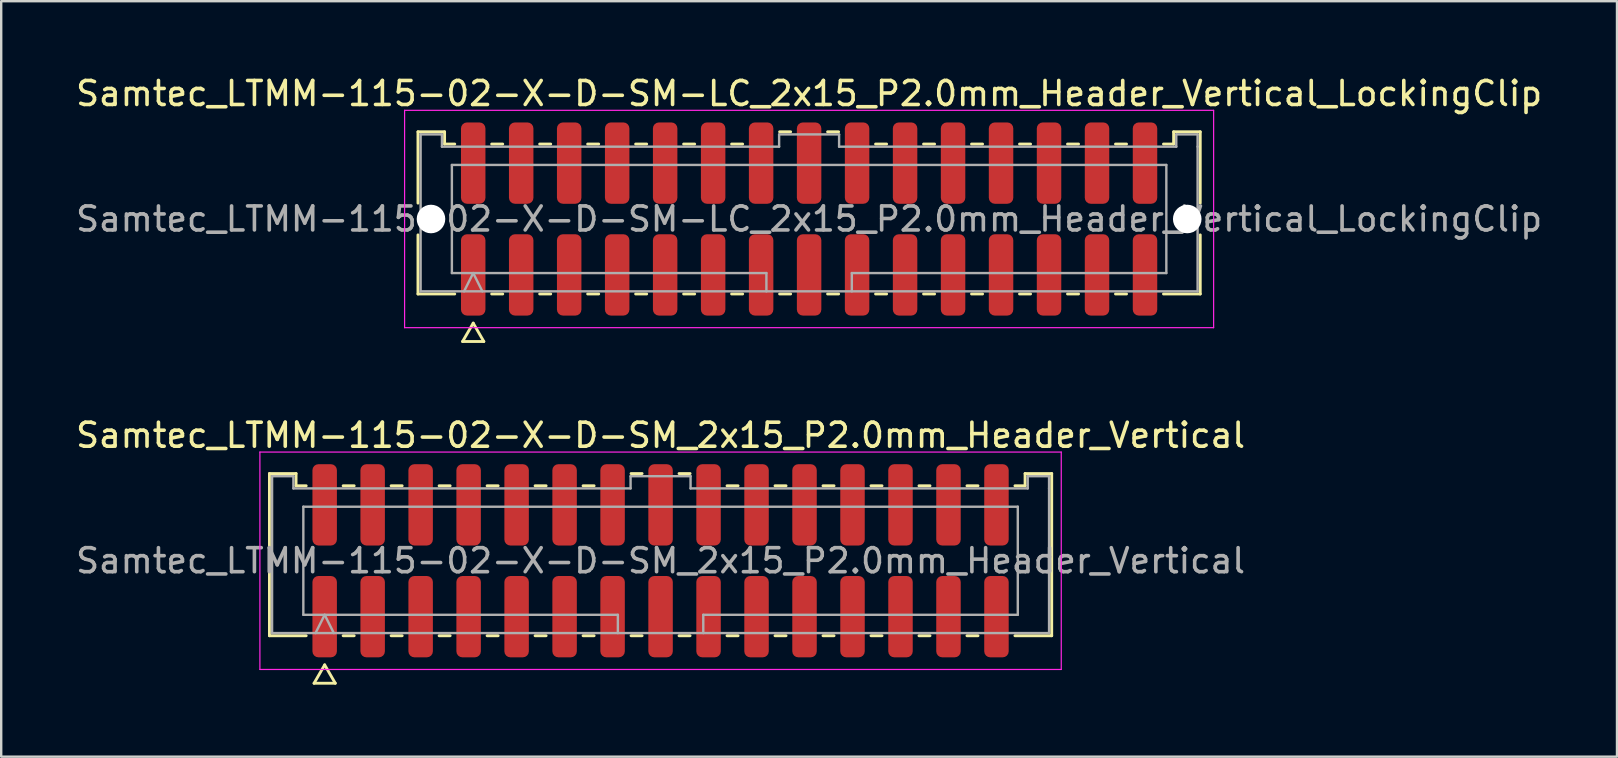
<source format=kicad_pcb>
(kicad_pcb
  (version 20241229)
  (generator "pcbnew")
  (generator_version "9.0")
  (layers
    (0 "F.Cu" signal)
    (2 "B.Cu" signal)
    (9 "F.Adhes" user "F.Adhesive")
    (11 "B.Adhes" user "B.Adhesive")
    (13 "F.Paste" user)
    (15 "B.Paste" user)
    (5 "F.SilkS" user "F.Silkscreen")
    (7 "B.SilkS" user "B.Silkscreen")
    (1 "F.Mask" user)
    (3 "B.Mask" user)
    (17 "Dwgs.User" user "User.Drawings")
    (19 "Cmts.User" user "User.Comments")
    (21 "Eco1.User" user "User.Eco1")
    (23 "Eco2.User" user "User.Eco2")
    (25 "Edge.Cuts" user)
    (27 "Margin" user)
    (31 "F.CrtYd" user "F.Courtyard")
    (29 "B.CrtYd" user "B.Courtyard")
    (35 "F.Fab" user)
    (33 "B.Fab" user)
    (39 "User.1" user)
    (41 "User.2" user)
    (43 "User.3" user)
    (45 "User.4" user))
  (footprint "Samtec_LTMM-115-02-X-D-SM-LC_2x15_P2.0mm_Header_Vertical_LockingClip"
    (layer "F.Cu")
    (at 30.673 6.078)
    (property "Reference" "Samtec_LTMM-115-02-X-D-SM-LC_2x15_P2.0mm_Header_Vertical_LockingClip" (at 0 -5.23 0) (layer "F.SilkS") (effects (font (size 1 1) (thickness 0.15))))
    (attr smd)
    (fp_line (start -16.302 -3.635) (end -15.193 -3.635) (stroke (width 0.12) (type solid)) (layer "F.SilkS"))
    (fp_line (start -16.302 -0.662) (end -16.302 -3.635) (stroke (width 0.12) (type solid)) (layer "F.SilkS"))
    (fp_line (start -16.302 3.125) (end -16.302 0.662) (stroke (width 0.12) (type solid)) (layer "F.SilkS"))
    (fp_line (start -15.193 -3.635) (end -15.193 -3.125) (stroke (width 0.12) (type solid)) (layer "F.SilkS"))
    (fp_line (start -15.193 -3.125) (end -14.77 -3.125) (stroke (width 0.12) (type solid)) (layer "F.SilkS"))
    (fp_line (start -14.77 3.125) (end -16.302 3.125) (stroke (width 0.12) (type solid)) (layer "F.SilkS"))
    (fp_line (start -14.442 5.105) (end -14 4.34) (stroke (width 0.12) (type solid)) (layer "F.SilkS"))
    (fp_line (start -14 4.34) (end -13.558 5.105) (stroke (width 0.12) (type solid)) (layer "F.SilkS"))
    (fp_line (start -13.558 5.105) (end -14.442 5.105) (stroke (width 0.12) (type solid)) (layer "F.SilkS"))
    (fp_line (start -13.23 -3.125) (end -12.77 -3.125) (stroke (width 0.12) (type solid)) (layer "F.SilkS"))
    (fp_line (start -12.77 3.125) (end -13.23 3.125) (stroke (width 0.12) (type solid)) (layer "F.SilkS"))
    (fp_line (start -11.23 -3.125) (end -10.77 -3.125) (stroke (width 0.12) (type solid)) (layer "F.SilkS"))
    (fp_line (start -10.77 3.125) (end -11.23 3.125) (stroke (width 0.12) (type solid)) (layer "F.SilkS"))
    (fp_line (start -9.23 -3.125) (end -8.77 -3.125) (stroke (width 0.12) (type solid)) (layer "F.SilkS"))
    (fp_line (start -8.77 3.125) (end -9.23 3.125) (stroke (width 0.12) (type solid)) (layer "F.SilkS"))
    (fp_line (start -7.23 -3.125) (end -6.77 -3.125) (stroke (width 0.12) (type solid)) (layer "F.SilkS"))
    (fp_line (start -6.77 3.125) (end -7.23 3.125) (stroke (width 0.12) (type solid)) (layer "F.SilkS"))
    (fp_line (start -5.23 -3.125) (end -4.77 -3.125) (stroke (width 0.12) (type solid)) (layer "F.SilkS"))
    (fp_line (start -4.77 3.125) (end -5.23 3.125) (stroke (width 0.12) (type solid)) (layer "F.SilkS"))
    (fp_line (start -3.23 -3.125) (end -2.77 -3.125) (stroke (width 0.12) (type solid)) (layer "F.SilkS"))
    (fp_line (start -2.77 3.125) (end -3.23 3.125) (stroke (width 0.12) (type solid)) (layer "F.SilkS"))
    (fp_line (start -1.23 -3.635) (end -0.77 -3.635) (stroke (width 0.12) (type solid)) (layer "F.SilkS"))
    (fp_line (start -0.77 3.125) (end -1.23 3.125) (stroke (width 0.12) (type solid)) (layer "F.SilkS"))
    (fp_line (start 0.77 -3.635) (end 1.23 -3.635) (stroke (width 0.12) (type solid)) (layer "F.SilkS"))
    (fp_line (start 1.23 3.125) (end 0.77 3.125) (stroke (width 0.12) (type solid)) (layer "F.SilkS"))
    (fp_line (start 2.77 -3.125) (end 3.23 -3.125) (stroke (width 0.12) (type solid)) (layer "F.SilkS"))
    (fp_line (start 3.23 3.125) (end 2.77 3.125) (stroke (width 0.12) (type solid)) (layer "F.SilkS"))
    (fp_line (start 4.77 -3.125) (end 5.23 -3.125) (stroke (width 0.12) (type solid)) (layer "F.SilkS"))
    (fp_line (start 5.23 3.125) (end 4.77 3.125) (stroke (width 0.12) (type solid)) (layer "F.SilkS"))
    (fp_line (start 6.77 -3.125) (end 7.23 -3.125) (stroke (width 0.12) (type solid)) (layer "F.SilkS"))
    (fp_line (start 7.23 3.125) (end 6.77 3.125) (stroke (width 0.12) (type solid)) (layer "F.SilkS"))
    (fp_line (start 8.77 -3.125) (end 9.23 -3.125) (stroke (width 0.12) (type solid)) (layer "F.SilkS"))
    (fp_line (start 9.23 3.125) (end 8.77 3.125) (stroke (width 0.12) (type solid)) (layer "F.SilkS"))
    (fp_line (start 10.77 -3.125) (end 11.23 -3.125) (stroke (width 0.12) (type solid)) (layer "F.SilkS"))
    (fp_line (start 11.23 3.125) (end 10.77 3.125) (stroke (width 0.12) (type solid)) (layer "F.SilkS"))
    (fp_line (start 12.77 -3.125) (end 13.23 -3.125) (stroke (width 0.12) (type solid)) (layer "F.SilkS"))
    (fp_line (start 13.23 3.125) (end 12.77 3.125) (stroke (width 0.12) (type solid)) (layer "F.SilkS"))
    (fp_line (start 14.77 -3.125) (end 15.193 -3.125) (stroke (width 0.12) (type solid)) (layer "F.SilkS"))
    (fp_line (start 15.193 -3.635) (end 16.302 -3.635) (stroke (width 0.12) (type solid)) (layer "F.SilkS"))
    (fp_line (start 15.193 -3.125) (end 15.193 -3.635) (stroke (width 0.12) (type solid)) (layer "F.SilkS"))
    (fp_line (start 16.302 -3.635) (end 16.302 -0.662) (stroke (width 0.12) (type solid)) (layer "F.SilkS"))
    (fp_line (start 16.302 0.662) (end 16.302 3.125) (stroke (width 0.12) (type solid)) (layer "F.SilkS"))
    (fp_line (start 16.302 3.125) (end 14.77 3.125) (stroke (width 0.12) (type solid)) (layer "F.SilkS"))
    (fp_line (start -16.86 -4.53) (end -16.86 4.53) (stroke (width 0.05) (type solid)) (layer "F.CrtYd"))
    (fp_line (start -16.86 4.53) (end 16.86 4.53) (stroke (width 0.05) (type solid)) (layer "F.CrtYd"))
    (fp_line (start 16.86 -4.53) (end -16.86 -4.53) (stroke (width 0.05) (type solid)) (layer "F.CrtYd"))
    (fp_line (start 16.86 4.53) (end 16.86 -4.53) (stroke (width 0.05) (type solid)) (layer "F.CrtYd"))
    (fp_line (start -16.192 -3.525) (end -15.303 -3.525) (stroke (width 0.1) (type solid)) (layer "F.Fab"))
    (fp_line (start -16.192 3.015) (end -16.192 -3.525) (stroke (width 0.1) (type solid)) (layer "F.Fab"))
    (fp_line (start -15.303 -3.525) (end -15.303 -3.015) (stroke (width 0.1) (type solid)) (layer "F.Fab"))
    (fp_line (start -15.303 -3.015) (end -1.25 -3.015) (stroke (width 0.1) (type solid)) (layer "F.Fab"))
    (fp_line (start -14.889 -2.253) (end 14.889 -2.253) (stroke (width 0.1) (type solid)) (layer "F.Fab"))
    (fp_line (start -14.889 2.253) (end -14.889 -2.253) (stroke (width 0.1) (type solid)) (layer "F.Fab"))
    (fp_line (start -14.381 3.015) (end -14 2.253) (stroke (width 0.1) (type solid)) (layer "F.Fab"))
    (fp_line (start -14 2.253) (end -13.619 3.015) (stroke (width 0.1) (type solid)) (layer "F.Fab"))
    (fp_line (start -1.78 2.253) (end -14.889 2.253) (stroke (width 0.1) (type solid)) (layer "F.Fab"))
    (fp_line (start -1.78 3.015) (end -1.78 2.253) (stroke (width 0.1) (type solid)) (layer "F.Fab"))
    (fp_line (start -1.25 -3.525) (end 1.25 -3.525) (stroke (width 0.1) (type solid)) (layer "F.Fab"))
    (fp_line (start -1.25 -3.015) (end -1.25 -3.525) (stroke (width 0.1) (type solid)) (layer "F.Fab"))
    (fp_line (start 1.25 -3.525) (end 1.25 -3.015) (stroke (width 0.1) (type solid)) (layer "F.Fab"))
    (fp_line (start 1.25 -3.015) (end 15.303 -3.015) (stroke (width 0.1) (type solid)) (layer "F.Fab"))
    (fp_line (start 1.78 2.253) (end 1.78 3.015) (stroke (width 0.1) (type solid)) (layer "F.Fab"))
    (fp_line (start 14.889 -2.253) (end 14.889 2.253) (stroke (width 0.1) (type solid)) (layer "F.Fab"))
    (fp_line (start 14.889 2.253) (end 1.78 2.253) (stroke (width 0.1) (type solid)) (layer "F.Fab"))
    (fp_line (start 15.303 -3.525) (end 16.192 -3.525) (stroke (width 0.1) (type solid)) (layer "F.Fab"))
    (fp_line (start 15.303 -3.015) (end 15.303 -3.525) (stroke (width 0.1) (type solid)) (layer "F.Fab"))
    (fp_line (start 16.192 -3.525) (end 16.192 -3.015) (stroke (width 0.1) (type solid)) (layer "F.Fab"))
    (fp_line (start 16.192 -3.015) (end 16.192 3.015) (stroke (width 0.1) (type solid)) (layer "F.Fab"))
    (fp_line (start 16.192 3.015) (end -16.192 3.015) (stroke (width 0.1) (type solid)) (layer "F.Fab"))
    (fp_text user "${REFERENCE}" (at 0 0 0) (layer "F.Fab") (effects (font (size 1 1) (thickness 0.15))))
    (pad "" np_thru_hole circle (at -15.76 0) (size 1.19 1.19) (drill 1.19) (layers "*.Cu" "*.Mask"))
    (pad "" np_thru_hole circle (at 15.76 0) (size 1.19 1.19) (drill 1.19) (layers "*.Cu" "*.Mask"))
    (pad "1" smd roundrect (at -14 2.33) (size 1.02 3.39) (layers "F.Cu" "F.Mask" "F.Paste") (roundrect_rratio 0.245))
    (pad "2" smd roundrect (at -14 -2.33) (size 1.02 3.39) (layers "F.Cu" "F.Mask" "F.Paste") (roundrect_rratio 0.245))
    (pad "3" smd roundrect (at -12 2.33) (size 1.02 3.39) (layers "F.Cu" "F.Mask" "F.Paste") (roundrect_rratio 0.245))
    (pad "4" smd roundrect (at -12 -2.33) (size 1.02 3.39) (layers "F.Cu" "F.Mask" "F.Paste") (roundrect_rratio 0.245))
    (pad "5" smd roundrect (at -10 2.33) (size 1.02 3.39) (layers "F.Cu" "F.Mask" "F.Paste") (roundrect_rratio 0.245))
    (pad "6" smd roundrect (at -10 -2.33) (size 1.02 3.39) (layers "F.Cu" "F.Mask" "F.Paste") (roundrect_rratio 0.245))
    (pad "7" smd roundrect (at -8 2.33) (size 1.02 3.39) (layers "F.Cu" "F.Mask" "F.Paste") (roundrect_rratio 0.245))
    (pad "8" smd roundrect (at -8 -2.33) (size 1.02 3.39) (layers "F.Cu" "F.Mask" "F.Paste") (roundrect_rratio 0.245))
    (pad "9" smd roundrect (at -6 2.33) (size 1.02 3.39) (layers "F.Cu" "F.Mask" "F.Paste") (roundrect_rratio 0.245))
    (pad "10" smd roundrect (at -6 -2.33) (size 1.02 3.39) (layers "F.Cu" "F.Mask" "F.Paste") (roundrect_rratio 0.245))
    (pad "11" smd roundrect (at -4 2.33) (size 1.02 3.39) (layers "F.Cu" "F.Mask" "F.Paste") (roundrect_rratio 0.245))
    (pad "12" smd roundrect (at -4 -2.33) (size 1.02 3.39) (layers "F.Cu" "F.Mask" "F.Paste") (roundrect_rratio 0.245))
    (pad "13" smd roundrect (at -2 2.33) (size 1.02 3.39) (layers "F.Cu" "F.Mask" "F.Paste") (roundrect_rratio 0.245))
    (pad "14" smd roundrect (at -2 -2.33) (size 1.02 3.39) (layers "F.Cu" "F.Mask" "F.Paste") (roundrect_rratio 0.245))
    (pad "15" smd roundrect (at 0 2.33) (size 1.02 3.39) (layers "F.Cu" "F.Mask" "F.Paste") (roundrect_rratio 0.245))
    (pad "16" smd roundrect (at 0 -2.33) (size 1.02 3.39) (layers "F.Cu" "F.Mask" "F.Paste") (roundrect_rratio 0.245))
    (pad "17" smd roundrect (at 2 2.33) (size 1.02 3.39) (layers "F.Cu" "F.Mask" "F.Paste") (roundrect_rratio 0.245))
    (pad "18" smd roundrect (at 2 -2.33) (size 1.02 3.39) (layers "F.Cu" "F.Mask" "F.Paste") (roundrect_rratio 0.245))
    (pad "19" smd roundrect (at 4 2.33) (size 1.02 3.39) (layers "F.Cu" "F.Mask" "F.Paste") (roundrect_rratio 0.245))
    (pad "20" smd roundrect (at 4 -2.33) (size 1.02 3.39) (layers "F.Cu" "F.Mask" "F.Paste") (roundrect_rratio 0.245))
    (pad "21" smd roundrect (at 6 2.33) (size 1.02 3.39) (layers "F.Cu" "F.Mask" "F.Paste") (roundrect_rratio 0.245))
    (pad "22" smd roundrect (at 6 -2.33) (size 1.02 3.39) (layers "F.Cu" "F.Mask" "F.Paste") (roundrect_rratio 0.245))
    (pad "23" smd roundrect (at 8 2.33) (size 1.02 3.39) (layers "F.Cu" "F.Mask" "F.Paste") (roundrect_rratio 0.245))
    (pad "24" smd roundrect (at 8 -2.33) (size 1.02 3.39) (layers "F.Cu" "F.Mask" "F.Paste") (roundrect_rratio 0.245))
    (pad "25" smd roundrect (at 10 2.33) (size 1.02 3.39) (layers "F.Cu" "F.Mask" "F.Paste") (roundrect_rratio 0.245))
    (pad "26" smd roundrect (at 10 -2.33) (size 1.02 3.39) (layers "F.Cu" "F.Mask" "F.Paste") (roundrect_rratio 0.245))
    (pad "27" smd roundrect (at 12 2.33) (size 1.02 3.39) (layers "F.Cu" "F.Mask" "F.Paste") (roundrect_rratio 0.245))
    (pad "28" smd roundrect (at 12 -2.33) (size 1.02 3.39) (layers "F.Cu" "F.Mask" "F.Paste") (roundrect_rratio 0.245))
    (pad "29" smd roundrect (at 14 2.33) (size 1.02 3.39) (layers "F.Cu" "F.Mask" "F.Paste") (roundrect_rratio 0.245))
    (pad "30" smd roundrect (at 14 -2.33) (size 1.02 3.39) (layers "F.Cu" "F.Mask" "F.Paste") (roundrect_rratio 0.245)))
  (footprint "Samtec_LTMM-115-02-X-D-SM_2x15_P2.0mm_Header_Vertical"
    (layer "F.Cu")
    (at 24.482 20.322)
    (property "Reference" "Samtec_LTMM-115-02-X-D-SM_2x15_P2.0mm_Header_Vertical" (at 0 -5.23 0) (layer "F.SilkS") (effects (font (size 1 1) (thickness 0.15))))
    (attr smd)
    (fp_line (start -16.302 -3.635) (end -15.193 -3.635) (stroke (width 0.12) (type solid)) (layer "F.SilkS"))
    (fp_line (start -16.302 3.125) (end -16.302 -3.635) (stroke (width 0.12) (type solid)) (layer "F.SilkS"))
    (fp_line (start -15.193 -3.635) (end -15.193 -3.125) (stroke (width 0.12) (type solid)) (layer "F.SilkS"))
    (fp_line (start -15.193 -3.125) (end -14.77 -3.125) (stroke (width 0.12) (type solid)) (layer "F.SilkS"))
    (fp_line (start -14.77 3.125) (end -16.302 3.125) (stroke (width 0.12) (type solid)) (layer "F.SilkS"))
    (fp_line (start -14.442 5.105) (end -14 4.34) (stroke (width 0.12) (type solid)) (layer "F.SilkS"))
    (fp_line (start -14 4.34) (end -13.558 5.105) (stroke (width 0.12) (type solid)) (layer "F.SilkS"))
    (fp_line (start -13.558 5.105) (end -14.442 5.105) (stroke (width 0.12) (type solid)) (layer "F.SilkS"))
    (fp_line (start -13.23 -3.125) (end -12.77 -3.125) (stroke (width 0.12) (type solid)) (layer "F.SilkS"))
    (fp_line (start -12.77 3.125) (end -13.23 3.125) (stroke (width 0.12) (type solid)) (layer "F.SilkS"))
    (fp_line (start -11.23 -3.125) (end -10.77 -3.125) (stroke (width 0.12) (type solid)) (layer "F.SilkS"))
    (fp_line (start -10.77 3.125) (end -11.23 3.125) (stroke (width 0.12) (type solid)) (layer "F.SilkS"))
    (fp_line (start -9.23 -3.125) (end -8.77 -3.125) (stroke (width 0.12) (type solid)) (layer "F.SilkS"))
    (fp_line (start -8.77 3.125) (end -9.23 3.125) (stroke (width 0.12) (type solid)) (layer "F.SilkS"))
    (fp_line (start -7.23 -3.125) (end -6.77 -3.125) (stroke (width 0.12) (type solid)) (layer "F.SilkS"))
    (fp_line (start -6.77 3.125) (end -7.23 3.125) (stroke (width 0.12) (type solid)) (layer "F.SilkS"))
    (fp_line (start -5.23 -3.125) (end -4.77 -3.125) (stroke (width 0.12) (type solid)) (layer "F.SilkS"))
    (fp_line (start -4.77 3.125) (end -5.23 3.125) (stroke (width 0.12) (type solid)) (layer "F.SilkS"))
    (fp_line (start -3.23 -3.125) (end -2.77 -3.125) (stroke (width 0.12) (type solid)) (layer "F.SilkS"))
    (fp_line (start -2.77 3.125) (end -3.23 3.125) (stroke (width 0.12) (type solid)) (layer "F.SilkS"))
    (fp_line (start -1.23 -3.635) (end -0.77 -3.635) (stroke (width 0.12) (type solid)) (layer "F.SilkS"))
    (fp_line (start -0.77 3.125) (end -1.23 3.125) (stroke (width 0.12) (type solid)) (layer "F.SilkS"))
    (fp_line (start 0.77 -3.635) (end 1.23 -3.635) (stroke (width 0.12) (type solid)) (layer "F.SilkS"))
    (fp_line (start 1.23 3.125) (end 0.77 3.125) (stroke (width 0.12) (type solid)) (layer "F.SilkS"))
    (fp_line (start 2.77 -3.125) (end 3.23 -3.125) (stroke (width 0.12) (type solid)) (layer "F.SilkS"))
    (fp_line (start 3.23 3.125) (end 2.77 3.125) (stroke (width 0.12) (type solid)) (layer "F.SilkS"))
    (fp_line (start 4.77 -3.125) (end 5.23 -3.125) (stroke (width 0.12) (type solid)) (layer "F.SilkS"))
    (fp_line (start 5.23 3.125) (end 4.77 3.125) (stroke (width 0.12) (type solid)) (layer "F.SilkS"))
    (fp_line (start 6.77 -3.125) (end 7.23 -3.125) (stroke (width 0.12) (type solid)) (layer "F.SilkS"))
    (fp_line (start 7.23 3.125) (end 6.77 3.125) (stroke (width 0.12) (type solid)) (layer "F.SilkS"))
    (fp_line (start 8.77 -3.125) (end 9.23 -3.125) (stroke (width 0.12) (type solid)) (layer "F.SilkS"))
    (fp_line (start 9.23 3.125) (end 8.77 3.125) (stroke (width 0.12) (type solid)) (layer "F.SilkS"))
    (fp_line (start 10.77 -3.125) (end 11.23 -3.125) (stroke (width 0.12) (type solid)) (layer "F.SilkS"))
    (fp_line (start 11.23 3.125) (end 10.77 3.125) (stroke (width 0.12) (type solid)) (layer "F.SilkS"))
    (fp_line (start 12.77 -3.125) (end 13.23 -3.125) (stroke (width 0.12) (type solid)) (layer "F.SilkS"))
    (fp_line (start 13.23 3.125) (end 12.77 3.125) (stroke (width 0.12) (type solid)) (layer "F.SilkS"))
    (fp_line (start 14.77 -3.125) (end 15.193 -3.125) (stroke (width 0.12) (type solid)) (layer "F.SilkS"))
    (fp_line (start 15.193 -3.635) (end 16.302 -3.635) (stroke (width 0.12) (type solid)) (layer "F.SilkS"))
    (fp_line (start 15.193 -3.125) (end 15.193 -3.635) (stroke (width 0.12) (type solid)) (layer "F.SilkS"))
    (fp_line (start 16.302 -3.635) (end 16.302 3.125) (stroke (width 0.12) (type solid)) (layer "F.SilkS"))
    (fp_line (start 16.302 3.125) (end 14.77 3.125) (stroke (width 0.12) (type solid)) (layer "F.SilkS"))
    (fp_line (start -16.7 -4.53) (end -16.7 4.53) (stroke (width 0.05) (type solid)) (layer "F.CrtYd"))
    (fp_line (start -16.7 4.53) (end 16.7 4.53) (stroke (width 0.05) (type solid)) (layer "F.CrtYd"))
    (fp_line (start 16.7 -4.53) (end -16.7 -4.53) (stroke (width 0.05) (type solid)) (layer "F.CrtYd"))
    (fp_line (start 16.7 4.53) (end 16.7 -4.53) (stroke (width 0.05) (type solid)) (layer "F.CrtYd"))
    (fp_line (start -16.192 -3.525) (end -15.303 -3.525) (stroke (width 0.1) (type solid)) (layer "F.Fab"))
    (fp_line (start -16.192 3.015) (end -16.192 -3.525) (stroke (width 0.1) (type solid)) (layer "F.Fab"))
    (fp_line (start -15.303 -3.525) (end -15.303 -3.015) (stroke (width 0.1) (type solid)) (layer "F.Fab"))
    (fp_line (start -15.303 -3.015) (end -1.25 -3.015) (stroke (width 0.1) (type solid)) (layer "F.Fab"))
    (fp_line (start -14.889 -2.253) (end 14.889 -2.253) (stroke (width 0.1) (type solid)) (layer "F.Fab"))
    (fp_line (start -14.889 2.253) (end -14.889 -2.253) (stroke (width 0.1) (type solid)) (layer "F.Fab"))
    (fp_line (start -14.381 3.015) (end -14 2.253) (stroke (width 0.1) (type solid)) (layer "F.Fab"))
    (fp_line (start -14 2.253) (end -13.619 3.015) (stroke (width 0.1) (type solid)) (layer "F.Fab"))
    (fp_line (start -1.78 2.253) (end -14.889 2.253) (stroke (width 0.1) (type solid)) (layer "F.Fab"))
    (fp_line (start -1.78 3.015) (end -1.78 2.253) (stroke (width 0.1) (type solid)) (layer "F.Fab"))
    (fp_line (start -1.25 -3.525) (end 1.25 -3.525) (stroke (width 0.1) (type solid)) (layer "F.Fab"))
    (fp_line (start -1.25 -3.015) (end -1.25 -3.525) (stroke (width 0.1) (type solid)) (layer "F.Fab"))
    (fp_line (start 1.25 -3.525) (end 1.25 -3.015) (stroke (width 0.1) (type solid)) (layer "F.Fab"))
    (fp_line (start 1.25 -3.015) (end 15.303 -3.015) (stroke (width 0.1) (type solid)) (layer "F.Fab"))
    (fp_line (start 1.78 2.253) (end 1.78 3.015) (stroke (width 0.1) (type solid)) (layer "F.Fab"))
    (fp_line (start 14.889 -2.253) (end 14.889 2.253) (stroke (width 0.1) (type solid)) (layer "F.Fab"))
    (fp_line (start 14.889 2.253) (end 1.78 2.253) (stroke (width 0.1) (type solid)) (layer "F.Fab"))
    (fp_line (start 15.303 -3.525) (end 16.192 -3.525) (stroke (width 0.1) (type solid)) (layer "F.Fab"))
    (fp_line (start 15.303 -3.015) (end 15.303 -3.525) (stroke (width 0.1) (type solid)) (layer "F.Fab"))
    (fp_line (start 16.192 -3.525) (end 16.192 -3.015) (stroke (width 0.1) (type solid)) (layer "F.Fab"))
    (fp_line (start 16.192 -3.015) (end 16.192 3.015) (stroke (width 0.1) (type solid)) (layer "F.Fab"))
    (fp_line (start 16.192 3.015) (end -16.192 3.015) (stroke (width 0.1) (type solid)) (layer "F.Fab"))
    (fp_text user "${REFERENCE}" (at 0 0 0) (layer "F.Fab") (effects (font (size 1 1) (thickness 0.15))))
    (pad "1" smd roundrect (at -14 2.33) (size 1.02 3.39) (layers "F.Cu" "F.Mask" "F.Paste") (roundrect_rratio 0.245))
    (pad "2" smd roundrect (at -14 -2.33) (size 1.02 3.39) (layers "F.Cu" "F.Mask" "F.Paste") (roundrect_rratio 0.245))
    (pad "3" smd roundrect (at -12 2.33) (size 1.02 3.39) (layers "F.Cu" "F.Mask" "F.Paste") (roundrect_rratio 0.245))
    (pad "4" smd roundrect (at -12 -2.33) (size 1.02 3.39) (layers "F.Cu" "F.Mask" "F.Paste") (roundrect_rratio 0.245))
    (pad "5" smd roundrect (at -10 2.33) (size 1.02 3.39) (layers "F.Cu" "F.Mask" "F.Paste") (roundrect_rratio 0.245))
    (pad "6" smd roundrect (at -10 -2.33) (size 1.02 3.39) (layers "F.Cu" "F.Mask" "F.Paste") (roundrect_rratio 0.245))
    (pad "7" smd roundrect (at -8 2.33) (size 1.02 3.39) (layers "F.Cu" "F.Mask" "F.Paste") (roundrect_rratio 0.245))
    (pad "8" smd roundrect (at -8 -2.33) (size 1.02 3.39) (layers "F.Cu" "F.Mask" "F.Paste") (roundrect_rratio 0.245))
    (pad "9" smd roundrect (at -6 2.33) (size 1.02 3.39) (layers "F.Cu" "F.Mask" "F.Paste") (roundrect_rratio 0.245))
    (pad "10" smd roundrect (at -6 -2.33) (size 1.02 3.39) (layers "F.Cu" "F.Mask" "F.Paste") (roundrect_rratio 0.245))
    (pad "11" smd roundrect (at -4 2.33) (size 1.02 3.39) (layers "F.Cu" "F.Mask" "F.Paste") (roundrect_rratio 0.245))
    (pad "12" smd roundrect (at -4 -2.33) (size 1.02 3.39) (layers "F.Cu" "F.Mask" "F.Paste") (roundrect_rratio 0.245))
    (pad "13" smd roundrect (at -2 2.33) (size 1.02 3.39) (layers "F.Cu" "F.Mask" "F.Paste") (roundrect_rratio 0.245))
    (pad "14" smd roundrect (at -2 -2.33) (size 1.02 3.39) (layers "F.Cu" "F.Mask" "F.Paste") (roundrect_rratio 0.245))
    (pad "15" smd roundrect (at 0 2.33) (size 1.02 3.39) (layers "F.Cu" "F.Mask" "F.Paste") (roundrect_rratio 0.245))
    (pad "16" smd roundrect (at 0 -2.33) (size 1.02 3.39) (layers "F.Cu" "F.Mask" "F.Paste") (roundrect_rratio 0.245))
    (pad "17" smd roundrect (at 2 2.33) (size 1.02 3.39) (layers "F.Cu" "F.Mask" "F.Paste") (roundrect_rratio 0.245))
    (pad "18" smd roundrect (at 2 -2.33) (size 1.02 3.39) (layers "F.Cu" "F.Mask" "F.Paste") (roundrect_rratio 0.245))
    (pad "19" smd roundrect (at 4 2.33) (size 1.02 3.39) (layers "F.Cu" "F.Mask" "F.Paste") (roundrect_rratio 0.245))
    (pad "20" smd roundrect (at 4 -2.33) (size 1.02 3.39) (layers "F.Cu" "F.Mask" "F.Paste") (roundrect_rratio 0.245))
    (pad "21" smd roundrect (at 6 2.33) (size 1.02 3.39) (layers "F.Cu" "F.Mask" "F.Paste") (roundrect_rratio 0.245))
    (pad "22" smd roundrect (at 6 -2.33) (size 1.02 3.39) (layers "F.Cu" "F.Mask" "F.Paste") (roundrect_rratio 0.245))
    (pad "23" smd roundrect (at 8 2.33) (size 1.02 3.39) (layers "F.Cu" "F.Mask" "F.Paste") (roundrect_rratio 0.245))
    (pad "24" smd roundrect (at 8 -2.33) (size 1.02 3.39) (layers "F.Cu" "F.Mask" "F.Paste") (roundrect_rratio 0.245))
    (pad "25" smd roundrect (at 10 2.33) (size 1.02 3.39) (layers "F.Cu" "F.Mask" "F.Paste") (roundrect_rratio 0.245))
    (pad "26" smd roundrect (at 10 -2.33) (size 1.02 3.39) (layers "F.Cu" "F.Mask" "F.Paste") (roundrect_rratio 0.245))
    (pad "27" smd roundrect (at 12 2.33) (size 1.02 3.39) (layers "F.Cu" "F.Mask" "F.Paste") (roundrect_rratio 0.245))
    (pad "28" smd roundrect (at 12 -2.33) (size 1.02 3.39) (layers "F.Cu" "F.Mask" "F.Paste") (roundrect_rratio 0.245))
    (pad "29" smd roundrect (at 14 2.33) (size 1.02 3.39) (layers "F.Cu" "F.Mask" "F.Paste") (roundrect_rratio 0.245))
    (pad "30" smd roundrect (at 14 -2.33) (size 1.02 3.39) (layers "F.Cu" "F.Mask" "F.Paste") (roundrect_rratio 0.245)))
  (gr_rect
    (start -3 -3)
    (end 64.345 28.486)
    (stroke (width 0.1) (type default))
    (fill no)
    (layer "Edge.Cuts")))
</source>
